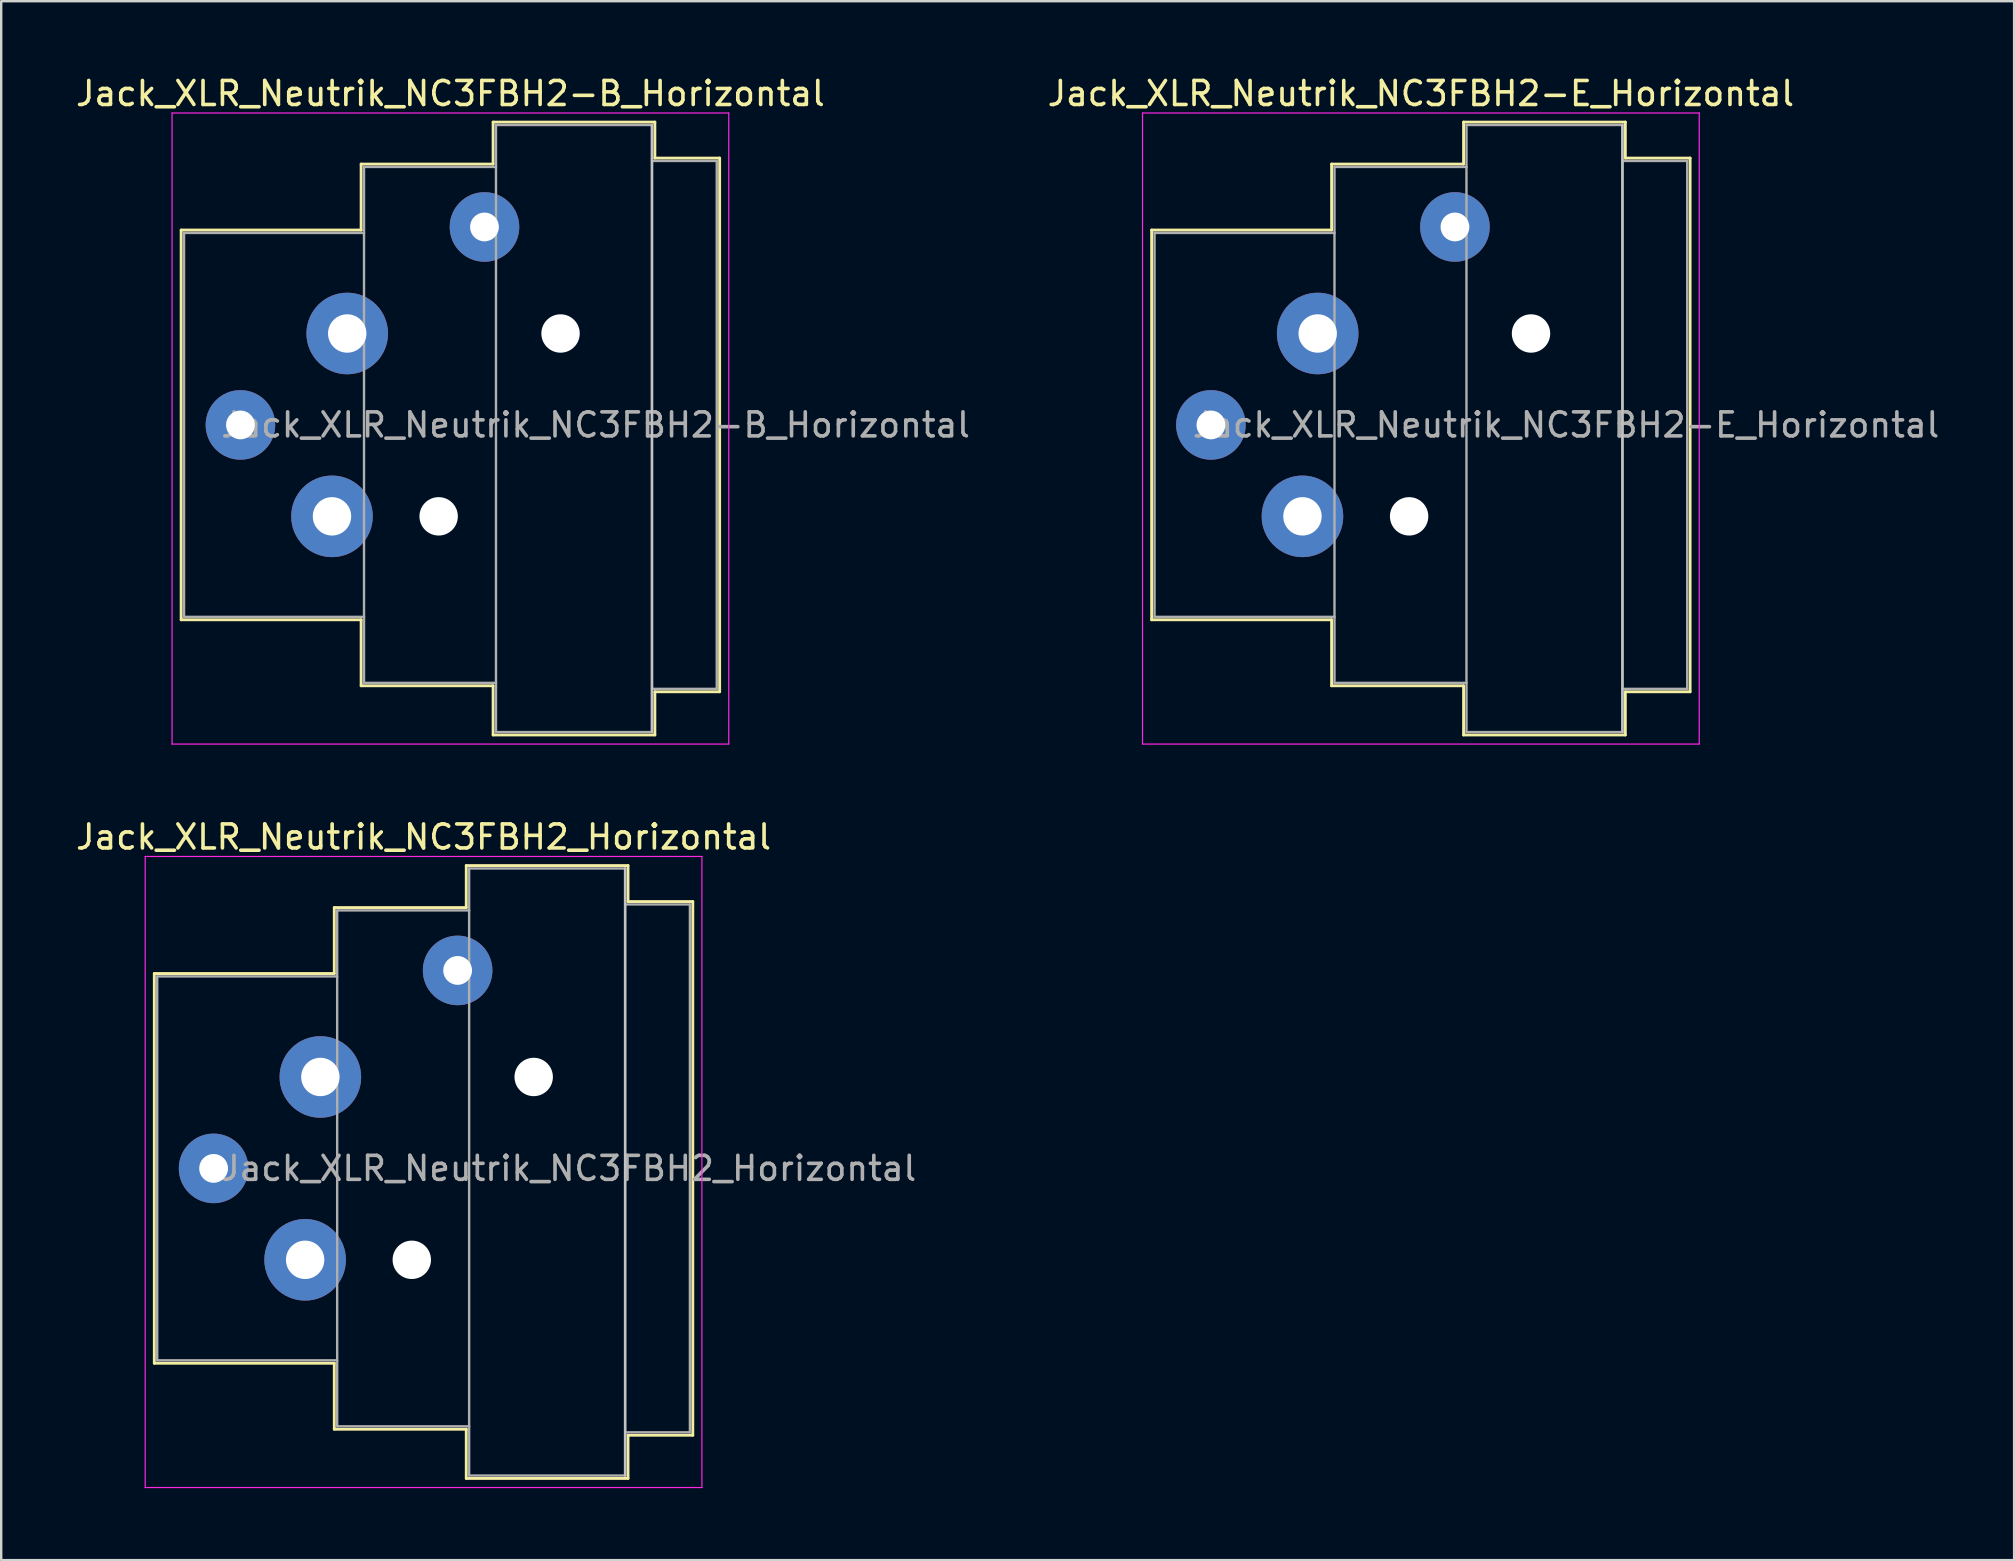
<source format=kicad_pcb>
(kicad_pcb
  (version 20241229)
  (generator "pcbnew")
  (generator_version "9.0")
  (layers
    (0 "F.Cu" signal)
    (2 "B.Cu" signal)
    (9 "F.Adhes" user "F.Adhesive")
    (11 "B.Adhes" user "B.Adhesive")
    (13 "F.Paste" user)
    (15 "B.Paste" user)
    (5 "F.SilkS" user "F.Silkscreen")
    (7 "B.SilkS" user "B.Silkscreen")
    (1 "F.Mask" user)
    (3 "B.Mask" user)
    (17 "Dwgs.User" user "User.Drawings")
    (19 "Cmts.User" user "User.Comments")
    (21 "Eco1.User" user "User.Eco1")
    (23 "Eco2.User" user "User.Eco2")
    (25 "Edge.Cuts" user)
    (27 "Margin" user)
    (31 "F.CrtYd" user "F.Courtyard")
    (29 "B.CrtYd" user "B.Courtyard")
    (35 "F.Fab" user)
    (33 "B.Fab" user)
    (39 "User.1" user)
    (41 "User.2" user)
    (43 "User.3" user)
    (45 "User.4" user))
  (footprint "Jack_XLR_Neutrik_NC3FBH2-B_Horizontal"
    (layer "F.Cu")
    (at 11.42 10.848)
    (property "Reference" "Jack_XLR_Neutrik_NC3FBH2-B_Horizontal" (at 4.3 -10 0) (layer "F.SilkS") (effects (font (size 1 1) (thickness 0.15))))
    (attr through_hole)
    (fp_line (start -6.92 -4.31) (end -6.92 11.93) (stroke (width 0.12) (type solid)) (layer "F.SilkS"))
    (fp_line (start 0.58 -7.06) (end 0.58 -4.31) (stroke (width 0.12) (type solid)) (layer "F.SilkS"))
    (fp_line (start 0.58 -4.31) (end -6.92 -4.31) (stroke (width 0.12) (type solid)) (layer "F.SilkS"))
    (fp_line (start 0.58 11.93) (end -6.92 11.93) (stroke (width 0.12) (type solid)) (layer "F.SilkS"))
    (fp_line (start 0.58 11.93) (end 0.58 14.68) (stroke (width 0.12) (type solid)) (layer "F.SilkS"))
    (fp_line (start 6.08 -7.06) (end 0.58 -7.06) (stroke (width 0.12) (type solid)) (layer "F.SilkS"))
    (fp_line (start 6.08 -7.06) (end 6.08 -8.81) (stroke (width 0.12) (type solid)) (layer "F.SilkS"))
    (fp_line (start 6.08 14.68) (end 0.58 14.68) (stroke (width 0.12) (type solid)) (layer "F.SilkS"))
    (fp_line (start 6.08 16.73) (end 6.08 14.68) (stroke (width 0.12) (type solid)) (layer "F.SilkS"))
    (fp_line (start 12.82 -8.81) (end 6.08 -8.81) (stroke (width 0.12) (type solid)) (layer "F.SilkS"))
    (fp_line (start 12.82 -8.81) (end 12.82 -7.31) (stroke (width 0.12) (type solid)) (layer "F.SilkS"))
    (fp_line (start 12.82 -7.31) (end 15.52 -7.31) (stroke (width 0.12) (type solid)) (layer "F.SilkS"))
    (fp_line (start 12.82 14.93) (end 12.82 16.73) (stroke (width 0.12) (type solid)) (layer "F.SilkS"))
    (fp_line (start 12.82 14.93) (end 15.52 14.93) (stroke (width 0.12) (type solid)) (layer "F.SilkS"))
    (fp_line (start 12.82 16.73) (end 6.08 16.73) (stroke (width 0.12) (type solid)) (layer "F.SilkS"))
    (fp_line (start 15.52 -7.31) (end 15.52 14.93) (stroke (width 0.12) (type solid)) (layer "F.SilkS"))
    (fp_line (start 12.7 -8.69) (end 12.7 16.61) (stroke (width 0.1) (type solid)) (layer "Dwgs.User"))
    (fp_line (start -7.3 -9.19) (end -7.3 17.11) (stroke (width 0.05) (type solid)) (layer "F.CrtYd"))
    (fp_line (start 15.9 -9.19) (end -7.3 -9.19) (stroke (width 0.05) (type solid)) (layer "F.CrtYd"))
    (fp_line (start 15.9 -9.19) (end 15.9 17.11) (stroke (width 0.05) (type solid)) (layer "F.CrtYd"))
    (fp_line (start 15.9 17.11) (end -7.3 17.11) (stroke (width 0.05) (type solid)) (layer "F.CrtYd"))
    (fp_line (start -6.8 -4.19) (end -6.8 11.81) (stroke (width 0.1) (type solid)) (layer "F.Fab"))
    (fp_line (start -6.8 11.81) (end 0.7 11.81) (stroke (width 0.1) (type solid)) (layer "F.Fab"))
    (fp_line (start 0.7 -6.94) (end 0.7 14.56) (stroke (width 0.1) (type solid)) (layer "F.Fab"))
    (fp_line (start 0.7 -4.19) (end -6.8 -4.19) (stroke (width 0.1) (type solid)) (layer "F.Fab"))
    (fp_line (start 0.7 14.56) (end 6.2 14.56) (stroke (width 0.1) (type solid)) (layer "F.Fab"))
    (fp_line (start 6.2 -8.69) (end 12.7 -8.69) (stroke (width 0.1) (type solid)) (layer "F.Fab"))
    (fp_line (start 6.2 -6.94) (end 0.7 -6.94) (stroke (width 0.1) (type solid)) (layer "F.Fab"))
    (fp_line (start 6.2 16.61) (end 6.2 -8.69) (stroke (width 0.1) (type solid)) (layer "F.Fab"))
    (fp_line (start 12.7 -8.69) (end 12.7 16.61) (stroke (width 0.1) (type solid)) (layer "F.Fab"))
    (fp_line (start 12.7 -7.19) (end 15.4 -7.19) (stroke (width 0.1) (type solid)) (layer "F.Fab"))
    (fp_line (start 12.7 16.61) (end 6.2 16.61) (stroke (width 0.1) (type solid)) (layer "F.Fab"))
    (fp_line (start 15.4 -7.19) (end 15.4 14.81) (stroke (width 0.1) (type solid)) (layer "F.Fab"))
    (fp_line (start 15.4 14.81) (end 12.7 14.81) (stroke (width 0.1) (type solid)) (layer "F.Fab"))
    (fp_text user "${REFERENCE}" (at 10.35 3.81 0) (layer "F.Fab") (effects (font (size 1 1) (thickness 0.15))))
    (pad "" np_thru_hole circle (at 3.81 7.62) (size 1.6 1.6) (drill 1.6) (layers "*.Cu" "*.Mask"))
    (pad "" np_thru_hole circle (at 8.89 0) (size 1.6 1.6) (drill 1.6) (layers "*.Cu" "*.Mask"))
    (pad "1" thru_hole circle (at 0 0) (size 3.4 3.4) (drill 1.6) (layers "*.Cu" "*.Mask"))
    (pad "2" thru_hole circle (at -0.635 7.62) (size 3.4 3.4) (drill 1.6) (layers "*.Cu" "*.Mask"))
    (pad "3" thru_hole circle (at -4.45 3.81) (size 2.9 2.9) (drill 1.2) (layers "*.Cu" "*.Mask"))
    (pad "G" thru_hole circle (at 5.72 -4.44) (size 2.9 2.9) (drill 1.2) (layers "*.Cu" "*.Mask")))
  (footprint "Jack_XLR_Neutrik_NC3FBH2-E_Horizontal"
    (layer "F.Cu")
    (at 51.863 10.848)
    (property "Reference" "Jack_XLR_Neutrik_NC3FBH2-E_Horizontal" (at 4.3 -10 0) (layer "F.SilkS") (effects (font (size 1 1) (thickness 0.15))))
    (attr through_hole)
    (fp_line (start -6.92 -4.31) (end -6.92 11.93) (stroke (width 0.12) (type solid)) (layer "F.SilkS"))
    (fp_line (start 0.58 -7.06) (end 0.58 -4.31) (stroke (width 0.12) (type solid)) (layer "F.SilkS"))
    (fp_line (start 0.58 -4.31) (end -6.92 -4.31) (stroke (width 0.12) (type solid)) (layer "F.SilkS"))
    (fp_line (start 0.58 11.93) (end -6.92 11.93) (stroke (width 0.12) (type solid)) (layer "F.SilkS"))
    (fp_line (start 0.58 11.93) (end 0.58 14.68) (stroke (width 0.12) (type solid)) (layer "F.SilkS"))
    (fp_line (start 6.08 -7.06) (end 0.58 -7.06) (stroke (width 0.12) (type solid)) (layer "F.SilkS"))
    (fp_line (start 6.08 -7.06) (end 6.08 -8.81) (stroke (width 0.12) (type solid)) (layer "F.SilkS"))
    (fp_line (start 6.08 14.68) (end 0.58 14.68) (stroke (width 0.12) (type solid)) (layer "F.SilkS"))
    (fp_line (start 6.08 16.73) (end 6.08 14.68) (stroke (width 0.12) (type solid)) (layer "F.SilkS"))
    (fp_line (start 12.82 -8.81) (end 6.08 -8.81) (stroke (width 0.12) (type solid)) (layer "F.SilkS"))
    (fp_line (start 12.82 -8.81) (end 12.82 -7.31) (stroke (width 0.12) (type solid)) (layer "F.SilkS"))
    (fp_line (start 12.82 -7.31) (end 15.52 -7.31) (stroke (width 0.12) (type solid)) (layer "F.SilkS"))
    (fp_line (start 12.82 14.93) (end 12.82 16.73) (stroke (width 0.12) (type solid)) (layer "F.SilkS"))
    (fp_line (start 12.82 14.93) (end 15.52 14.93) (stroke (width 0.12) (type solid)) (layer "F.SilkS"))
    (fp_line (start 12.82 16.73) (end 6.08 16.73) (stroke (width 0.12) (type solid)) (layer "F.SilkS"))
    (fp_line (start 15.52 -7.31) (end 15.52 14.93) (stroke (width 0.12) (type solid)) (layer "F.SilkS"))
    (fp_line (start 12.7 -8.69) (end 12.7 16.61) (stroke (width 0.1) (type solid)) (layer "Dwgs.User"))
    (fp_line (start -7.3 -9.19) (end -7.3 17.11) (stroke (width 0.05) (type solid)) (layer "F.CrtYd"))
    (fp_line (start 15.9 -9.19) (end -7.3 -9.19) (stroke (width 0.05) (type solid)) (layer "F.CrtYd"))
    (fp_line (start 15.9 -9.19) (end 15.9 17.11) (stroke (width 0.05) (type solid)) (layer "F.CrtYd"))
    (fp_line (start 15.9 17.11) (end -7.3 17.11) (stroke (width 0.05) (type solid)) (layer "F.CrtYd"))
    (fp_line (start -6.8 -4.19) (end -6.8 11.81) (stroke (width 0.1) (type solid)) (layer "F.Fab"))
    (fp_line (start -6.8 11.81) (end 0.7 11.81) (stroke (width 0.1) (type solid)) (layer "F.Fab"))
    (fp_line (start 0.7 -6.94) (end 0.7 14.56) (stroke (width 0.1) (type solid)) (layer "F.Fab"))
    (fp_line (start 0.7 -4.19) (end -6.8 -4.19) (stroke (width 0.1) (type solid)) (layer "F.Fab"))
    (fp_line (start 0.7 14.56) (end 6.2 14.56) (stroke (width 0.1) (type solid)) (layer "F.Fab"))
    (fp_line (start 6.2 -8.69) (end 12.7 -8.69) (stroke (width 0.1) (type solid)) (layer "F.Fab"))
    (fp_line (start 6.2 -6.94) (end 0.7 -6.94) (stroke (width 0.1) (type solid)) (layer "F.Fab"))
    (fp_line (start 6.2 16.61) (end 6.2 -8.69) (stroke (width 0.1) (type solid)) (layer "F.Fab"))
    (fp_line (start 12.7 -8.69) (end 12.7 16.61) (stroke (width 0.1) (type solid)) (layer "F.Fab"))
    (fp_line (start 12.7 -7.19) (end 15.4 -7.19) (stroke (width 0.1) (type solid)) (layer "F.Fab"))
    (fp_line (start 12.7 16.61) (end 6.2 16.61) (stroke (width 0.1) (type solid)) (layer "F.Fab"))
    (fp_line (start 15.4 -7.19) (end 15.4 14.81) (stroke (width 0.1) (type solid)) (layer "F.Fab"))
    (fp_line (start 15.4 14.81) (end 12.7 14.81) (stroke (width 0.1) (type solid)) (layer "F.Fab"))
    (fp_text user "${REFERENCE}" (at 10.35 3.81 0) (layer "F.Fab") (effects (font (size 1 1) (thickness 0.15))))
    (pad "" np_thru_hole circle (at 3.81 7.62) (size 1.6 1.6) (drill 1.6) (layers "*.Cu" "*.Mask"))
    (pad "" np_thru_hole circle (at 8.89 0) (size 1.6 1.6) (drill 1.6) (layers "*.Cu" "*.Mask"))
    (pad "1" thru_hole circle (at 0 0) (size 3.4 3.4) (drill 1.6) (layers "*.Cu" "*.Mask"))
    (pad "2" thru_hole circle (at -0.635 7.62) (size 3.4 3.4) (drill 1.6) (layers "*.Cu" "*.Mask"))
    (pad "3" thru_hole circle (at -4.45 3.81) (size 2.9 2.9) (drill 1.2) (layers "*.Cu" "*.Mask"))
    (pad "G" thru_hole circle (at 5.72 -4.44) (size 2.9 2.9) (drill 1.2) (layers "*.Cu" "*.Mask")))
  (footprint "Jack_XLR_Neutrik_NC3FBH2_Horizontal"
    (layer "F.Cu")
    (at 10.301 41.831)
    (property "Reference" "Jack_XLR_Neutrik_NC3FBH2_Horizontal" (at 4.3 -10 0) (layer "F.SilkS") (effects (font (size 1 1) (thickness 0.15))))
    (attr through_hole)
    (fp_line (start -6.92 -4.31) (end -6.92 11.93) (stroke (width 0.12) (type solid)) (layer "F.SilkS"))
    (fp_line (start 0.58 -7.06) (end 0.58 -4.31) (stroke (width 0.12) (type solid)) (layer "F.SilkS"))
    (fp_line (start 0.58 -4.31) (end -6.92 -4.31) (stroke (width 0.12) (type solid)) (layer "F.SilkS"))
    (fp_line (start 0.58 11.93) (end -6.92 11.93) (stroke (width 0.12) (type solid)) (layer "F.SilkS"))
    (fp_line (start 0.58 11.93) (end 0.58 14.68) (stroke (width 0.12) (type solid)) (layer "F.SilkS"))
    (fp_line (start 6.08 -7.06) (end 0.58 -7.06) (stroke (width 0.12) (type solid)) (layer "F.SilkS"))
    (fp_line (start 6.08 -7.06) (end 6.08 -8.81) (stroke (width 0.12) (type solid)) (layer "F.SilkS"))
    (fp_line (start 6.08 14.68) (end 0.58 14.68) (stroke (width 0.12) (type solid)) (layer "F.SilkS"))
    (fp_line (start 6.08 16.73) (end 6.08 14.68) (stroke (width 0.12) (type solid)) (layer "F.SilkS"))
    (fp_line (start 12.82 -8.81) (end 6.08 -8.81) (stroke (width 0.12) (type solid)) (layer "F.SilkS"))
    (fp_line (start 12.82 -8.81) (end 12.82 -7.31) (stroke (width 0.12) (type solid)) (layer "F.SilkS"))
    (fp_line (start 12.82 -7.31) (end 15.52 -7.31) (stroke (width 0.12) (type solid)) (layer "F.SilkS"))
    (fp_line (start 12.82 14.93) (end 12.82 16.73) (stroke (width 0.12) (type solid)) (layer "F.SilkS"))
    (fp_line (start 12.82 14.93) (end 15.52 14.93) (stroke (width 0.12) (type solid)) (layer "F.SilkS"))
    (fp_line (start 12.82 16.73) (end 6.08 16.73) (stroke (width 0.12) (type solid)) (layer "F.SilkS"))
    (fp_line (start 15.52 -7.31) (end 15.52 14.93) (stroke (width 0.12) (type solid)) (layer "F.SilkS"))
    (fp_line (start 12.7 -8.69) (end 12.7 16.61) (stroke (width 0.1) (type solid)) (layer "Dwgs.User"))
    (fp_line (start -7.3 -9.19) (end -7.3 17.11) (stroke (width 0.05) (type solid)) (layer "F.CrtYd"))
    (fp_line (start 15.9 -9.19) (end -7.3 -9.19) (stroke (width 0.05) (type solid)) (layer "F.CrtYd"))
    (fp_line (start 15.9 -9.19) (end 15.9 17.11) (stroke (width 0.05) (type solid)) (layer "F.CrtYd"))
    (fp_line (start 15.9 17.11) (end -7.3 17.11) (stroke (width 0.05) (type solid)) (layer "F.CrtYd"))
    (fp_line (start -6.8 -4.19) (end -6.8 11.81) (stroke (width 0.1) (type solid)) (layer "F.Fab"))
    (fp_line (start -6.8 11.81) (end 0.7 11.81) (stroke (width 0.1) (type solid)) (layer "F.Fab"))
    (fp_line (start 0.7 -6.94) (end 0.7 14.56) (stroke (width 0.1) (type solid)) (layer "F.Fab"))
    (fp_line (start 0.7 -4.19) (end -6.8 -4.19) (stroke (width 0.1) (type solid)) (layer "F.Fab"))
    (fp_line (start 0.7 14.56) (end 6.2 14.56) (stroke (width 0.1) (type solid)) (layer "F.Fab"))
    (fp_line (start 6.2 -8.69) (end 12.7 -8.69) (stroke (width 0.1) (type solid)) (layer "F.Fab"))
    (fp_line (start 6.2 -6.94) (end 0.7 -6.94) (stroke (width 0.1) (type solid)) (layer "F.Fab"))
    (fp_line (start 6.2 16.61) (end 6.2 -8.69) (stroke (width 0.1) (type solid)) (layer "F.Fab"))
    (fp_line (start 12.7 -8.69) (end 12.7 16.61) (stroke (width 0.1) (type solid)) (layer "F.Fab"))
    (fp_line (start 12.7 -7.19) (end 15.4 -7.19) (stroke (width 0.1) (type solid)) (layer "F.Fab"))
    (fp_line (start 12.7 16.61) (end 6.2 16.61) (stroke (width 0.1) (type solid)) (layer "F.Fab"))
    (fp_line (start 15.4 -7.19) (end 15.4 14.81) (stroke (width 0.1) (type solid)) (layer "F.Fab"))
    (fp_line (start 15.4 14.81) (end 12.7 14.81) (stroke (width 0.1) (type solid)) (layer "F.Fab"))
    (fp_text user "${REFERENCE}" (at 10.35 3.81 0) (layer "F.Fab") (effects (font (size 1 1) (thickness 0.15))))
    (pad "" np_thru_hole circle (at 3.81 7.62) (size 1.6 1.6) (drill 1.6) (layers "*.Cu" "*.Mask"))
    (pad "" np_thru_hole circle (at 8.89 0) (size 1.6 1.6) (drill 1.6) (layers "*.Cu" "*.Mask"))
    (pad "1" thru_hole circle (at 0 0) (size 3.4 3.4) (drill 1.6) (layers "*.Cu" "*.Mask"))
    (pad "2" thru_hole circle (at -0.635 7.62) (size 3.4 3.4) (drill 1.6) (layers "*.Cu" "*.Mask"))
    (pad "3" thru_hole circle (at -4.45 3.81) (size 2.9 2.9) (drill 1.2) (layers "*.Cu" "*.Mask"))
    (pad "G" thru_hole circle (at 5.72 -4.44) (size 2.9 2.9) (drill 1.2) (layers "*.Cu" "*.Mask")))
  (gr_rect
    (start -3 -3)
    (end 80.886 61.967)
    (stroke (width 0.1) (type default))
    (fill no)
    (layer "Edge.Cuts")))
</source>
